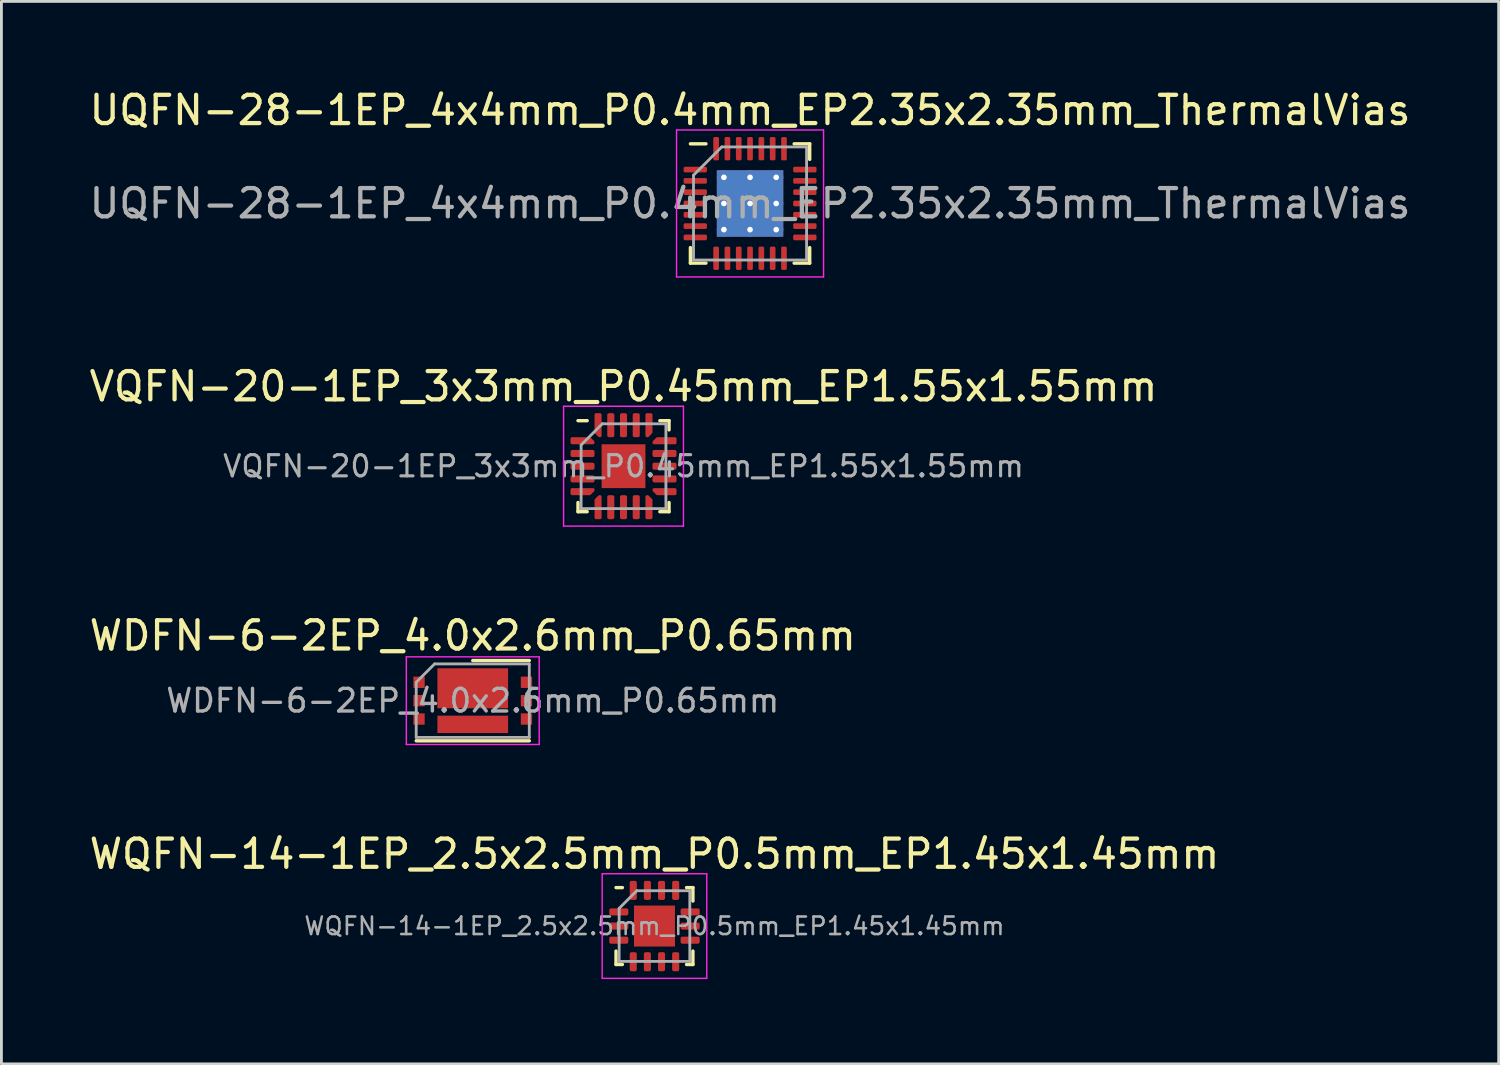
<source format=kicad_pcb>
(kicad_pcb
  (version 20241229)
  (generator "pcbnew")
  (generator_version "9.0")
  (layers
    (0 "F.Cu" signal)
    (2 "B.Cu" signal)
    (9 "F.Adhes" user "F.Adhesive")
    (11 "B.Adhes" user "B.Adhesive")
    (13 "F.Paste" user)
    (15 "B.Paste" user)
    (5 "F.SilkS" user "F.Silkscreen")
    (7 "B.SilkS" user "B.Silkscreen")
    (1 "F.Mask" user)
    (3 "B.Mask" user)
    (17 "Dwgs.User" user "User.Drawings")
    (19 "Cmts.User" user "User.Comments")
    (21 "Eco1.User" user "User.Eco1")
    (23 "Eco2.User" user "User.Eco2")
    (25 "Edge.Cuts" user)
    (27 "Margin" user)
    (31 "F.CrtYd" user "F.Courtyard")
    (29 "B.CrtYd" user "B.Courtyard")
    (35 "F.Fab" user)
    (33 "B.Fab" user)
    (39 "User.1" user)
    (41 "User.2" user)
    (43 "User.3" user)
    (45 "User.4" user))
  (footprint "UQFN-28-1EP_4x4mm_P0.4mm_EP2.35x2.35mm_ThermalVias"
    (layer "F.Cu")
    (at 23.482 4.148)
    (property "Reference" "UQFN-28-1EP_4x4mm_P0.4mm_EP2.35x2.35mm_ThermalVias" (at 0 -3.3 0) (layer "F.SilkS") (effects (font (size 1 1) (thickness 0.15))))
    (attr smd)
    (fp_line (start -2.11 2.11) (end -2.11 1.56) (stroke (width 0.12) (type solid)) (layer "F.SilkS"))
    (fp_line (start -1.56 -2.11) (end -2.11 -2.11) (stroke (width 0.12) (type solid)) (layer "F.SilkS"))
    (fp_line (start -1.56 2.11) (end -2.11 2.11) (stroke (width 0.12) (type solid)) (layer "F.SilkS"))
    (fp_line (start 1.56 -2.11) (end 2.11 -2.11) (stroke (width 0.12) (type solid)) (layer "F.SilkS"))
    (fp_line (start 1.56 2.11) (end 2.11 2.11) (stroke (width 0.12) (type solid)) (layer "F.SilkS"))
    (fp_line (start 2.11 -2.11) (end 2.11 -1.56) (stroke (width 0.12) (type solid)) (layer "F.SilkS"))
    (fp_line (start 2.11 2.11) (end 2.11 1.56) (stroke (width 0.12) (type solid)) (layer "F.SilkS"))
    (fp_line (start -2.6 -2.6) (end -2.6 2.6) (stroke (width 0.05) (type solid)) (layer "F.CrtYd"))
    (fp_line (start -2.6 2.6) (end 2.6 2.6) (stroke (width 0.05) (type solid)) (layer "F.CrtYd"))
    (fp_line (start 2.6 -2.6) (end -2.6 -2.6) (stroke (width 0.05) (type solid)) (layer "F.CrtYd"))
    (fp_line (start 2.6 2.6) (end 2.6 -2.6) (stroke (width 0.05) (type solid)) (layer "F.CrtYd"))
    (fp_line (start -2 -1) (end -1 -2) (stroke (width 0.1) (type solid)) (layer "F.Fab"))
    (fp_line (start -2 2) (end -2 -1) (stroke (width 0.1) (type solid)) (layer "F.Fab"))
    (fp_line (start -1 -2) (end 2 -2) (stroke (width 0.1) (type solid)) (layer "F.Fab"))
    (fp_line (start 2 -2) (end 2 2) (stroke (width 0.1) (type solid)) (layer "F.Fab"))
    (fp_line (start 2 2) (end -2 2) (stroke (width 0.1) (type solid)) (layer "F.Fab"))
    (fp_text user "${REFERENCE}" (at 0 0 0) (layer "F.Fab") (effects (font (size 1 1) (thickness 0.15))))
    (pad "" smd roundrect (at -0.59 -0.59) (size 0.98 0.98) (layers "F.Paste") (roundrect_rratio 0.25))
    (pad "" smd roundrect (at -0.59 0.59) (size 0.98 0.98) (layers "F.Paste") (roundrect_rratio 0.25))
    (pad "" smd roundrect (at 0.59 -0.59) (size 0.98 0.98) (layers "F.Paste") (roundrect_rratio 0.25))
    (pad "" smd roundrect (at 0.59 0.59) (size 0.98 0.98) (layers "F.Paste") (roundrect_rratio 0.25))
    (pad "1" smd roundrect (at -1.938 -1.2) (size 0.825 0.2) (layers "F.Cu" "F.Mask" "F.Paste") (roundrect_rratio 0.25))
    (pad "2" smd roundrect (at -1.938 -0.8) (size 0.825 0.2) (layers "F.Cu" "F.Mask" "F.Paste") (roundrect_rratio 0.25))
    (pad "3" smd roundrect (at -1.938 -0.4) (size 0.825 0.2) (layers "F.Cu" "F.Mask" "F.Paste") (roundrect_rratio 0.25))
    (pad "4" smd roundrect (at -1.938 0) (size 0.825 0.2) (layers "F.Cu" "F.Mask" "F.Paste") (roundrect_rratio 0.25))
    (pad "5" smd roundrect (at -1.938 0.4) (size 0.825 0.2) (layers "F.Cu" "F.Mask" "F.Paste") (roundrect_rratio 0.25))
    (pad "6" smd roundrect (at -1.938 0.8) (size 0.825 0.2) (layers "F.Cu" "F.Mask" "F.Paste") (roundrect_rratio 0.25))
    (pad "7" smd roundrect (at -1.938 1.2) (size 0.825 0.2) (layers "F.Cu" "F.Mask" "F.Paste") (roundrect_rratio 0.25))
    (pad "8" smd roundrect (at -1.2 1.938) (size 0.2 0.825) (layers "F.Cu" "F.Mask" "F.Paste") (roundrect_rratio 0.25))
    (pad "9" smd roundrect (at -0.8 1.938) (size 0.2 0.825) (layers "F.Cu" "F.Mask" "F.Paste") (roundrect_rratio 0.25))
    (pad "10" smd roundrect (at -0.4 1.938) (size 0.2 0.825) (layers "F.Cu" "F.Mask" "F.Paste") (roundrect_rratio 0.25))
    (pad "11" smd roundrect (at 0 1.938) (size 0.2 0.825) (layers "F.Cu" "F.Mask" "F.Paste") (roundrect_rratio 0.25))
    (pad "12" smd roundrect (at 0.4 1.938) (size 0.2 0.825) (layers "F.Cu" "F.Mask" "F.Paste") (roundrect_rratio 0.25))
    (pad "13" smd roundrect (at 0.8 1.938) (size 0.2 0.825) (layers "F.Cu" "F.Mask" "F.Paste") (roundrect_rratio 0.25))
    (pad "14" smd roundrect (at 1.2 1.938) (size 0.2 0.825) (layers "F.Cu" "F.Mask" "F.Paste") (roundrect_rratio 0.25))
    (pad "15" smd roundrect (at 1.938 1.2) (size 0.825 0.2) (layers "F.Cu" "F.Mask" "F.Paste") (roundrect_rratio 0.25))
    (pad "16" smd roundrect (at 1.938 0.8) (size 0.825 0.2) (layers "F.Cu" "F.Mask" "F.Paste") (roundrect_rratio 0.25))
    (pad "17" smd roundrect (at 1.938 0.4) (size 0.825 0.2) (layers "F.Cu" "F.Mask" "F.Paste") (roundrect_rratio 0.25))
    (pad "18" smd roundrect (at 1.938 0) (size 0.825 0.2) (layers "F.Cu" "F.Mask" "F.Paste") (roundrect_rratio 0.25))
    (pad "19" smd roundrect (at 1.938 -0.4) (size 0.825 0.2) (layers "F.Cu" "F.Mask" "F.Paste") (roundrect_rratio 0.25))
    (pad "20" smd roundrect (at 1.938 -0.8) (size 0.825 0.2) (layers "F.Cu" "F.Mask" "F.Paste") (roundrect_rratio 0.25))
    (pad "21" smd roundrect (at 1.938 -1.2) (size 0.825 0.2) (layers "F.Cu" "F.Mask" "F.Paste") (roundrect_rratio 0.25))
    (pad "22" smd roundrect (at 1.2 -1.938) (size 0.2 0.825) (layers "F.Cu" "F.Mask" "F.Paste") (roundrect_rratio 0.25))
    (pad "23" smd roundrect (at 0.8 -1.938) (size 0.2 0.825) (layers "F.Cu" "F.Mask" "F.Paste") (roundrect_rratio 0.25))
    (pad "24" smd roundrect (at 0.4 -1.938) (size 0.2 0.825) (layers "F.Cu" "F.Mask" "F.Paste") (roundrect_rratio 0.25))
    (pad "25" smd roundrect (at 0 -1.938) (size 0.2 0.825) (layers "F.Cu" "F.Mask" "F.Paste") (roundrect_rratio 0.25))
    (pad "26" smd roundrect (at -0.4 -1.938) (size 0.2 0.825) (layers "F.Cu" "F.Mask" "F.Paste") (roundrect_rratio 0.25))
    (pad "27" smd roundrect (at -0.8 -1.938) (size 0.2 0.825) (layers "F.Cu" "F.Mask" "F.Paste") (roundrect_rratio 0.25))
    (pad "28" smd roundrect (at -1.2 -1.938) (size 0.2 0.825) (layers "F.Cu" "F.Mask" "F.Paste") (roundrect_rratio 0.25))
    (pad "29" thru_hole circle (at -0.925 -0.925) (size 0.5 0.5) (drill 0.2) (layers "*.Cu"))
    (pad "29" thru_hole circle (at -0.925 0) (size 0.5 0.5) (drill 0.2) (layers "*.Cu"))
    (pad "29" thru_hole circle (at -0.925 0.925) (size 0.5 0.5) (drill 0.2) (layers "*.Cu"))
    (pad "29" thru_hole circle (at 0 -0.925) (size 0.5 0.5) (drill 0.2) (layers "*.Cu"))
    (pad "29" thru_hole circle (at 0 0) (size 0.5 0.5) (drill 0.2) (layers "*.Cu"))
    (pad "29" smd rect (at 0 0) (size 2.35 2.35) (layers "F.Cu" "F.Mask"))
    (pad "29" smd rect (at 0 0) (size 2.35 2.35) (layers "B.Cu"))
    (pad "29" thru_hole circle (at 0 0.925) (size 0.5 0.5) (drill 0.2) (layers "*.Cu"))
    (pad "29" thru_hole circle (at 0.925 -0.925) (size 0.5 0.5) (drill 0.2) (layers "*.Cu"))
    (pad "29" thru_hole circle (at 0.925 0) (size 0.5 0.5) (drill 0.2) (layers "*.Cu"))
    (pad "29" thru_hole circle (at 0.925 0.925) (size 0.5 0.5) (drill 0.2) (layers "*.Cu")))
  (footprint "VQFN-20-1EP_3x3mm_P0.45mm_EP1.55x1.55mm"
    (layer "F.Cu")
    (at 19.006 13.441)
    (property "Reference" "VQFN-20-1EP_3x3mm_P0.45mm_EP1.55x1.55mm" (at 0 -2.82 0) (layer "F.SilkS") (effects (font (size 1 1) (thickness 0.15))))
    (attr smd)
    (fp_line (start -1.61 1.61) (end -1.61 1.285) (stroke (width 0.12) (type solid)) (layer "F.SilkS"))
    (fp_line (start -1.285 -1.61) (end -1.61 -1.61) (stroke (width 0.12) (type solid)) (layer "F.SilkS"))
    (fp_line (start -1.285 1.61) (end -1.61 1.61) (stroke (width 0.12) (type solid)) (layer "F.SilkS"))
    (fp_line (start 1.285 -1.61) (end 1.61 -1.61) (stroke (width 0.12) (type solid)) (layer "F.SilkS"))
    (fp_line (start 1.285 1.61) (end 1.61 1.61) (stroke (width 0.12) (type solid)) (layer "F.SilkS"))
    (fp_line (start 1.61 -1.61) (end 1.61 -1.285) (stroke (width 0.12) (type solid)) (layer "F.SilkS"))
    (fp_line (start 1.61 1.61) (end 1.61 1.285) (stroke (width 0.12) (type solid)) (layer "F.SilkS"))
    (fp_line (start -2.12 -2.12) (end -2.12 2.12) (stroke (width 0.05) (type solid)) (layer "F.CrtYd"))
    (fp_line (start -2.12 2.12) (end 2.12 2.12) (stroke (width 0.05) (type solid)) (layer "F.CrtYd"))
    (fp_line (start 2.12 -2.12) (end -2.12 -2.12) (stroke (width 0.05) (type solid)) (layer "F.CrtYd"))
    (fp_line (start 2.12 2.12) (end 2.12 -2.12) (stroke (width 0.05) (type solid)) (layer "F.CrtYd"))
    (fp_line (start -1.5 -0.75) (end -0.75 -1.5) (stroke (width 0.1) (type solid)) (layer "F.Fab"))
    (fp_line (start -1.5 1.5) (end -1.5 -0.75) (stroke (width 0.1) (type solid)) (layer "F.Fab"))
    (fp_line (start -0.75 -1.5) (end 1.5 -1.5) (stroke (width 0.1) (type solid)) (layer "F.Fab"))
    (fp_line (start 1.5 -1.5) (end 1.5 1.5) (stroke (width 0.1) (type solid)) (layer "F.Fab"))
    (fp_line (start 1.5 1.5) (end -1.5 1.5) (stroke (width 0.1) (type solid)) (layer "F.Fab"))
    (fp_text user "${REFERENCE}" (at 0 0 0) (layer "F.Fab") (effects (font (size 0.75 0.75) (thickness 0.11))))
    (pad "" smd roundrect (at -0.39 -0.39) (size 0.62 0.62) (layers "F.Paste") (roundrect_rratio 0.25))
    (pad "" smd roundrect (at -0.39 0.39) (size 0.62 0.62) (layers "F.Paste") (roundrect_rratio 0.25))
    (pad "" smd roundrect (at 0.39 -0.39) (size 0.62 0.62) (layers "F.Paste") (roundrect_rratio 0.25))
    (pad "" smd roundrect (at 0.39 0.39) (size 0.62 0.62) (layers "F.Paste") (roundrect_rratio 0.25))
    (pad "1" smd custom (at -1.45 -0.9) (size 0.144 0.144) (layers "F.Cu" "F.Mask" "F.Paste") (options (anchor circle)) (primitives (gr_poly (pts (xy -0.375 -0.075) (xy 0.254 -0.075) (xy 0.375 0.046) (xy 0.375 0.075) (xy -0.375 0.075)) (width 0.1) (fill yes))))
    (pad "2" smd roundrect (at -1.45 -0.45) (size 0.85 0.25) (layers "F.Cu" "F.Mask" "F.Paste") (roundrect_rratio 0.25))
    (pad "3" smd roundrect (at -1.45 0) (size 0.85 0.25) (layers "F.Cu" "F.Mask" "F.Paste") (roundrect_rratio 0.25))
    (pad "4" smd roundrect (at -1.45 0.45) (size 0.85 0.25) (layers "F.Cu" "F.Mask" "F.Paste") (roundrect_rratio 0.25))
    (pad "5" smd custom (at -1.45 0.9) (size 0.144 0.144) (layers "F.Cu" "F.Mask" "F.Paste") (options (anchor circle)) (primitives (gr_poly (pts (xy -0.375 -0.075) (xy 0.375 -0.075) (xy 0.375 -0.046) (xy 0.254 0.075) (xy -0.375 0.075)) (width 0.1) (fill yes))))
    (pad "6" smd custom (at -0.9 1.45) (size 0.144 0.144) (layers "F.Cu" "F.Mask" "F.Paste") (options (anchor circle)) (primitives (gr_poly (pts (xy -0.075 -0.254) (xy 0.046 -0.375) (xy 0.075 -0.375) (xy 0.075 0.375) (xy -0.075 0.375)) (width 0.1) (fill yes))))
    (pad "7" smd roundrect (at -0.45 1.45) (size 0.25 0.85) (layers "F.Cu" "F.Mask" "F.Paste") (roundrect_rratio 0.25))
    (pad "8" smd roundrect (at 0 1.45) (size 0.25 0.85) (layers "F.Cu" "F.Mask" "F.Paste") (roundrect_rratio 0.25))
    (pad "9" smd roundrect (at 0.45 1.45) (size 0.25 0.85) (layers "F.Cu" "F.Mask" "F.Paste") (roundrect_rratio 0.25))
    (pad "10" smd custom (at 0.9 1.45) (size 0.144 0.144) (layers "F.Cu" "F.Mask" "F.Paste") (options (anchor circle)) (primitives (gr_poly (pts (xy -0.075 -0.375) (xy -0.046 -0.375) (xy 0.075 -0.254) (xy 0.075 0.375) (xy -0.075 0.375)) (width 0.1) (fill yes))))
    (pad "11" smd custom (at 1.45 0.9) (size 0.144 0.144) (layers "F.Cu" "F.Mask" "F.Paste") (options (anchor circle)) (primitives (gr_poly (pts (xy -0.375 -0.075) (xy 0.375 -0.075) (xy 0.375 0.075) (xy -0.254 0.075) (xy -0.375 -0.046)) (width 0.1) (fill yes))))
    (pad "12" smd roundrect (at 1.45 0.45) (size 0.85 0.25) (layers "F.Cu" "F.Mask" "F.Paste") (roundrect_rratio 0.25))
    (pad "13" smd roundrect (at 1.45 0) (size 0.85 0.25) (layers "F.Cu" "F.Mask" "F.Paste") (roundrect_rratio 0.25))
    (pad "14" smd roundrect (at 1.45 -0.45) (size 0.85 0.25) (layers "F.Cu" "F.Mask" "F.Paste") (roundrect_rratio 0.25))
    (pad "15" smd custom (at 1.45 -0.9) (size 0.144 0.144) (layers "F.Cu" "F.Mask" "F.Paste") (options (anchor circle)) (primitives (gr_poly (pts (xy -0.375 0.046) (xy -0.254 -0.075) (xy 0.375 -0.075) (xy 0.375 0.075) (xy -0.375 0.075)) (width 0.1) (fill yes))))
    (pad "16" smd custom (at 0.9 -1.45) (size 0.144 0.144) (layers "F.Cu" "F.Mask" "F.Paste") (options (anchor circle)) (primitives (gr_poly (pts (xy -0.075 -0.375) (xy 0.075 -0.375) (xy 0.075 0.254) (xy -0.046 0.375) (xy -0.075 0.375)) (width 0.1) (fill yes))))
    (pad "17" smd roundrect (at 0.45 -1.45) (size 0.25 0.85) (layers "F.Cu" "F.Mask" "F.Paste") (roundrect_rratio 0.25))
    (pad "18" smd roundrect (at 0 -1.45) (size 0.25 0.85) (layers "F.Cu" "F.Mask" "F.Paste") (roundrect_rratio 0.25))
    (pad "19" smd roundrect (at -0.45 -1.45) (size 0.25 0.85) (layers "F.Cu" "F.Mask" "F.Paste") (roundrect_rratio 0.25))
    (pad "20" smd custom (at -0.9 -1.45) (size 0.144 0.144) (layers "F.Cu" "F.Mask" "F.Paste") (options (anchor circle)) (primitives (gr_poly (pts (xy -0.075 -0.375) (xy 0.075 -0.375) (xy 0.075 0.375) (xy 0.046 0.375) (xy -0.075 0.254)) (width 0.1) (fill yes))))
    (pad "21" smd rect (at 0 0) (size 1.55 1.55) (layers "F.Cu" "F.Mask")))
  (footprint "WQFN-14-1EP_2.5x2.5mm_P0.5mm_EP1.45x1.45mm"
    (layer "F.Cu")
    (at 20.101 29.708)
    (property "Reference" "WQFN-14-1EP_2.5x2.5mm_P0.5mm_EP1.45x1.45mm" (at 0 -2.55 0) (layer "F.SilkS") (effects (font (size 1 1) (thickness 0.15))))
    (attr smd)
    (fp_line (start -1.36 1.36) (end -1.36 0.885) (stroke (width 0.12) (type solid)) (layer "F.SilkS"))
    (fp_line (start -1.135 -1.36) (end -1.36 -1.36) (stroke (width 0.12) (type solid)) (layer "F.SilkS"))
    (fp_line (start -1.135 1.36) (end -1.36 1.36) (stroke (width 0.12) (type solid)) (layer "F.SilkS"))
    (fp_line (start 1.135 -1.36) (end 1.36 -1.36) (stroke (width 0.12) (type solid)) (layer "F.SilkS"))
    (fp_line (start 1.135 1.36) (end 1.36 1.36) (stroke (width 0.12) (type solid)) (layer "F.SilkS"))
    (fp_line (start 1.36 -1.36) (end 1.36 -0.885) (stroke (width 0.12) (type solid)) (layer "F.SilkS"))
    (fp_line (start 1.36 1.36) (end 1.36 0.885) (stroke (width 0.12) (type solid)) (layer "F.SilkS"))
    (fp_line (start -1.85 -1.85) (end -1.85 1.85) (stroke (width 0.05) (type solid)) (layer "F.CrtYd"))
    (fp_line (start -1.85 1.85) (end 1.85 1.85) (stroke (width 0.05) (type solid)) (layer "F.CrtYd"))
    (fp_line (start 1.85 -1.85) (end -1.85 -1.85) (stroke (width 0.05) (type solid)) (layer "F.CrtYd"))
    (fp_line (start 1.85 1.85) (end 1.85 -1.85) (stroke (width 0.05) (type solid)) (layer "F.CrtYd"))
    (fp_line (start -1.25 -0.625) (end -0.625 -1.25) (stroke (width 0.1) (type solid)) (layer "F.Fab"))
    (fp_line (start -1.25 1.25) (end -1.25 -0.625) (stroke (width 0.1) (type solid)) (layer "F.Fab"))
    (fp_line (start -0.625 -1.25) (end 1.25 -1.25) (stroke (width 0.1) (type solid)) (layer "F.Fab"))
    (fp_line (start 1.25 -1.25) (end 1.25 1.25) (stroke (width 0.1) (type solid)) (layer "F.Fab"))
    (fp_line (start 1.25 1.25) (end -1.25 1.25) (stroke (width 0.1) (type solid)) (layer "F.Fab"))
    (fp_text user "${REFERENCE}" (at 0 0 0) (layer "F.Fab") (effects (font (size 0.62 0.62) (thickness 0.09))))
    (pad "" smd roundrect (at -0.36 -0.36) (size 0.58 0.58) (layers "F.Paste") (roundrect_rratio 0.25))
    (pad "" smd roundrect (at -0.36 0.36) (size 0.58 0.58) (layers "F.Paste") (roundrect_rratio 0.25))
    (pad "" smd roundrect (at 0.36 -0.36) (size 0.58 0.58) (layers "F.Paste") (roundrect_rratio 0.25))
    (pad "" smd roundrect (at 0.36 0.36) (size 0.58 0.58) (layers "F.Paste") (roundrect_rratio 0.25))
    (pad "1" smd roundrect (at -1.262 -0.5) (size 0.675 0.25) (layers "F.Cu" "F.Mask" "F.Paste") (roundrect_rratio 0.25))
    (pad "2" smd roundrect (at -1.262 0) (size 0.675 0.25) (layers "F.Cu" "F.Mask" "F.Paste") (roundrect_rratio 0.25))
    (pad "3" smd roundrect (at -1.262 0.5) (size 0.675 0.25) (layers "F.Cu" "F.Mask" "F.Paste") (roundrect_rratio 0.25))
    (pad "4" smd roundrect (at -0.75 1.262) (size 0.25 0.675) (layers "F.Cu" "F.Mask" "F.Paste") (roundrect_rratio 0.25))
    (pad "5" smd roundrect (at -0.25 1.262) (size 0.25 0.675) (layers "F.Cu" "F.Mask" "F.Paste") (roundrect_rratio 0.25))
    (pad "6" smd roundrect (at 0.25 1.262) (size 0.25 0.675) (layers "F.Cu" "F.Mask" "F.Paste") (roundrect_rratio 0.25))
    (pad "7" smd roundrect (at 0.75 1.262) (size 0.25 0.675) (layers "F.Cu" "F.Mask" "F.Paste") (roundrect_rratio 0.25))
    (pad "8" smd roundrect (at 1.262 0.5) (size 0.675 0.25) (layers "F.Cu" "F.Mask" "F.Paste") (roundrect_rratio 0.25))
    (pad "9" smd roundrect (at 1.262 0) (size 0.675 0.25) (layers "F.Cu" "F.Mask" "F.Paste") (roundrect_rratio 0.25))
    (pad "10" smd roundrect (at 1.262 -0.5) (size 0.675 0.25) (layers "F.Cu" "F.Mask" "F.Paste") (roundrect_rratio 0.25))
    (pad "11" smd roundrect (at 0.75 -1.262) (size 0.25 0.675) (layers "F.Cu" "F.Mask" "F.Paste") (roundrect_rratio 0.25))
    (pad "12" smd roundrect (at 0.25 -1.262) (size 0.25 0.675) (layers "F.Cu" "F.Mask" "F.Paste") (roundrect_rratio 0.25))
    (pad "13" smd roundrect (at -0.25 -1.262) (size 0.25 0.675) (layers "F.Cu" "F.Mask" "F.Paste") (roundrect_rratio 0.25))
    (pad "14" smd roundrect (at -0.75 -1.262) (size 0.25 0.675) (layers "F.Cu" "F.Mask" "F.Paste") (roundrect_rratio 0.25))
    (pad "15" smd rect (at 0 0) (size 1.45 1.45) (layers "F.Cu" "F.Mask")))
  (footprint "WDFN-6-2EP_4.0x2.6mm_P0.65mm"
    (layer "F.Cu")
    (at 13.673 21.735)
    (property "Reference" "WDFN-6-2EP_4.0x2.6mm_P0.65mm" (at 0 -2.3 0) (layer "F.SilkS") (effects (font (size 1 1) (thickness 0.15))))
    (attr smd)
    (fp_line (start -2 1.42) (end 2 1.42) (stroke (width 0.12) (type solid)) (layer "F.SilkS"))
    (fp_line (start 2 -1.42) (end 0 -1.42) (stroke (width 0.12) (type solid)) (layer "F.SilkS"))
    (fp_line (start -2.35 -1.55) (end -2.35 1.55) (stroke (width 0.05) (type solid)) (layer "F.CrtYd"))
    (fp_line (start -2.35 1.55) (end 2.35 1.55) (stroke (width 0.05) (type solid)) (layer "F.CrtYd"))
    (fp_line (start 2.35 -1.55) (end -2.35 -1.55) (stroke (width 0.05) (type solid)) (layer "F.CrtYd"))
    (fp_line (start 2.35 1.55) (end 2.35 -1.55) (stroke (width 0.05) (type solid)) (layer "F.CrtYd"))
    (fp_line (start -2 -0.65) (end -2 1.3) (stroke (width 0.1) (type solid)) (layer "F.Fab"))
    (fp_line (start -2 -0.65) (end -1.35 -1.3) (stroke (width 0.1) (type solid)) (layer "F.Fab"))
    (fp_line (start -2 1.3) (end 2 1.3) (stroke (width 0.1) (type solid)) (layer "F.Fab"))
    (fp_line (start 2 -1.3) (end -1.35 -1.3) (stroke (width 0.1) (type solid)) (layer "F.Fab"))
    (fp_line (start 2 1.3) (end 2 -1.3) (stroke (width 0.1) (type solid)) (layer "F.Fab"))
    (fp_text user "${REFERENCE}" (at 0 0 0) (layer "F.Fab") (effects (font (size 0.8 0.8) (thickness 0.12))))
    (pad "1" smd rect (at -1.9 -0.65 270) (size 0.4 0.4) (layers "F.Cu" "F.Mask" "F.Paste"))
    (pad "2" smd rect (at -1.9 0 270) (size 0.4 0.4) (layers "F.Cu" "F.Mask" "F.Paste"))
    (pad "3" smd rect (at -1.9 0.65 270) (size 0.4 0.4) (layers "F.Cu" "F.Mask" "F.Paste"))
    (pad "4" smd rect (at 1.9 0.65 270) (size 0.4 0.4) (layers "F.Cu" "F.Mask" "F.Paste"))
    (pad "5" smd rect (at 1.9 0 270) (size 0.4 0.4) (layers "F.Cu" "F.Mask" "F.Paste"))
    (pad "6" smd rect (at 1.9 -0.65 270) (size 0.4 0.4) (layers "F.Cu" "F.Mask" "F.Paste"))
    (pad "7" smd rect (at 0 -0.438 270) (size 1.415 2.5) (layers "F.Cu" "F.Mask" "F.Paste"))
    (pad "8" smd rect (at 0 0.838 270) (size 0.615 2.5) (layers "F.Cu" "F.Mask" "F.Paste")))
  (gr_rect
    (start -3 -3)
    (end 49.964 34.583)
    (stroke (width 0.1) (type default))
    (fill no)
    (layer "Edge.Cuts")))
</source>
